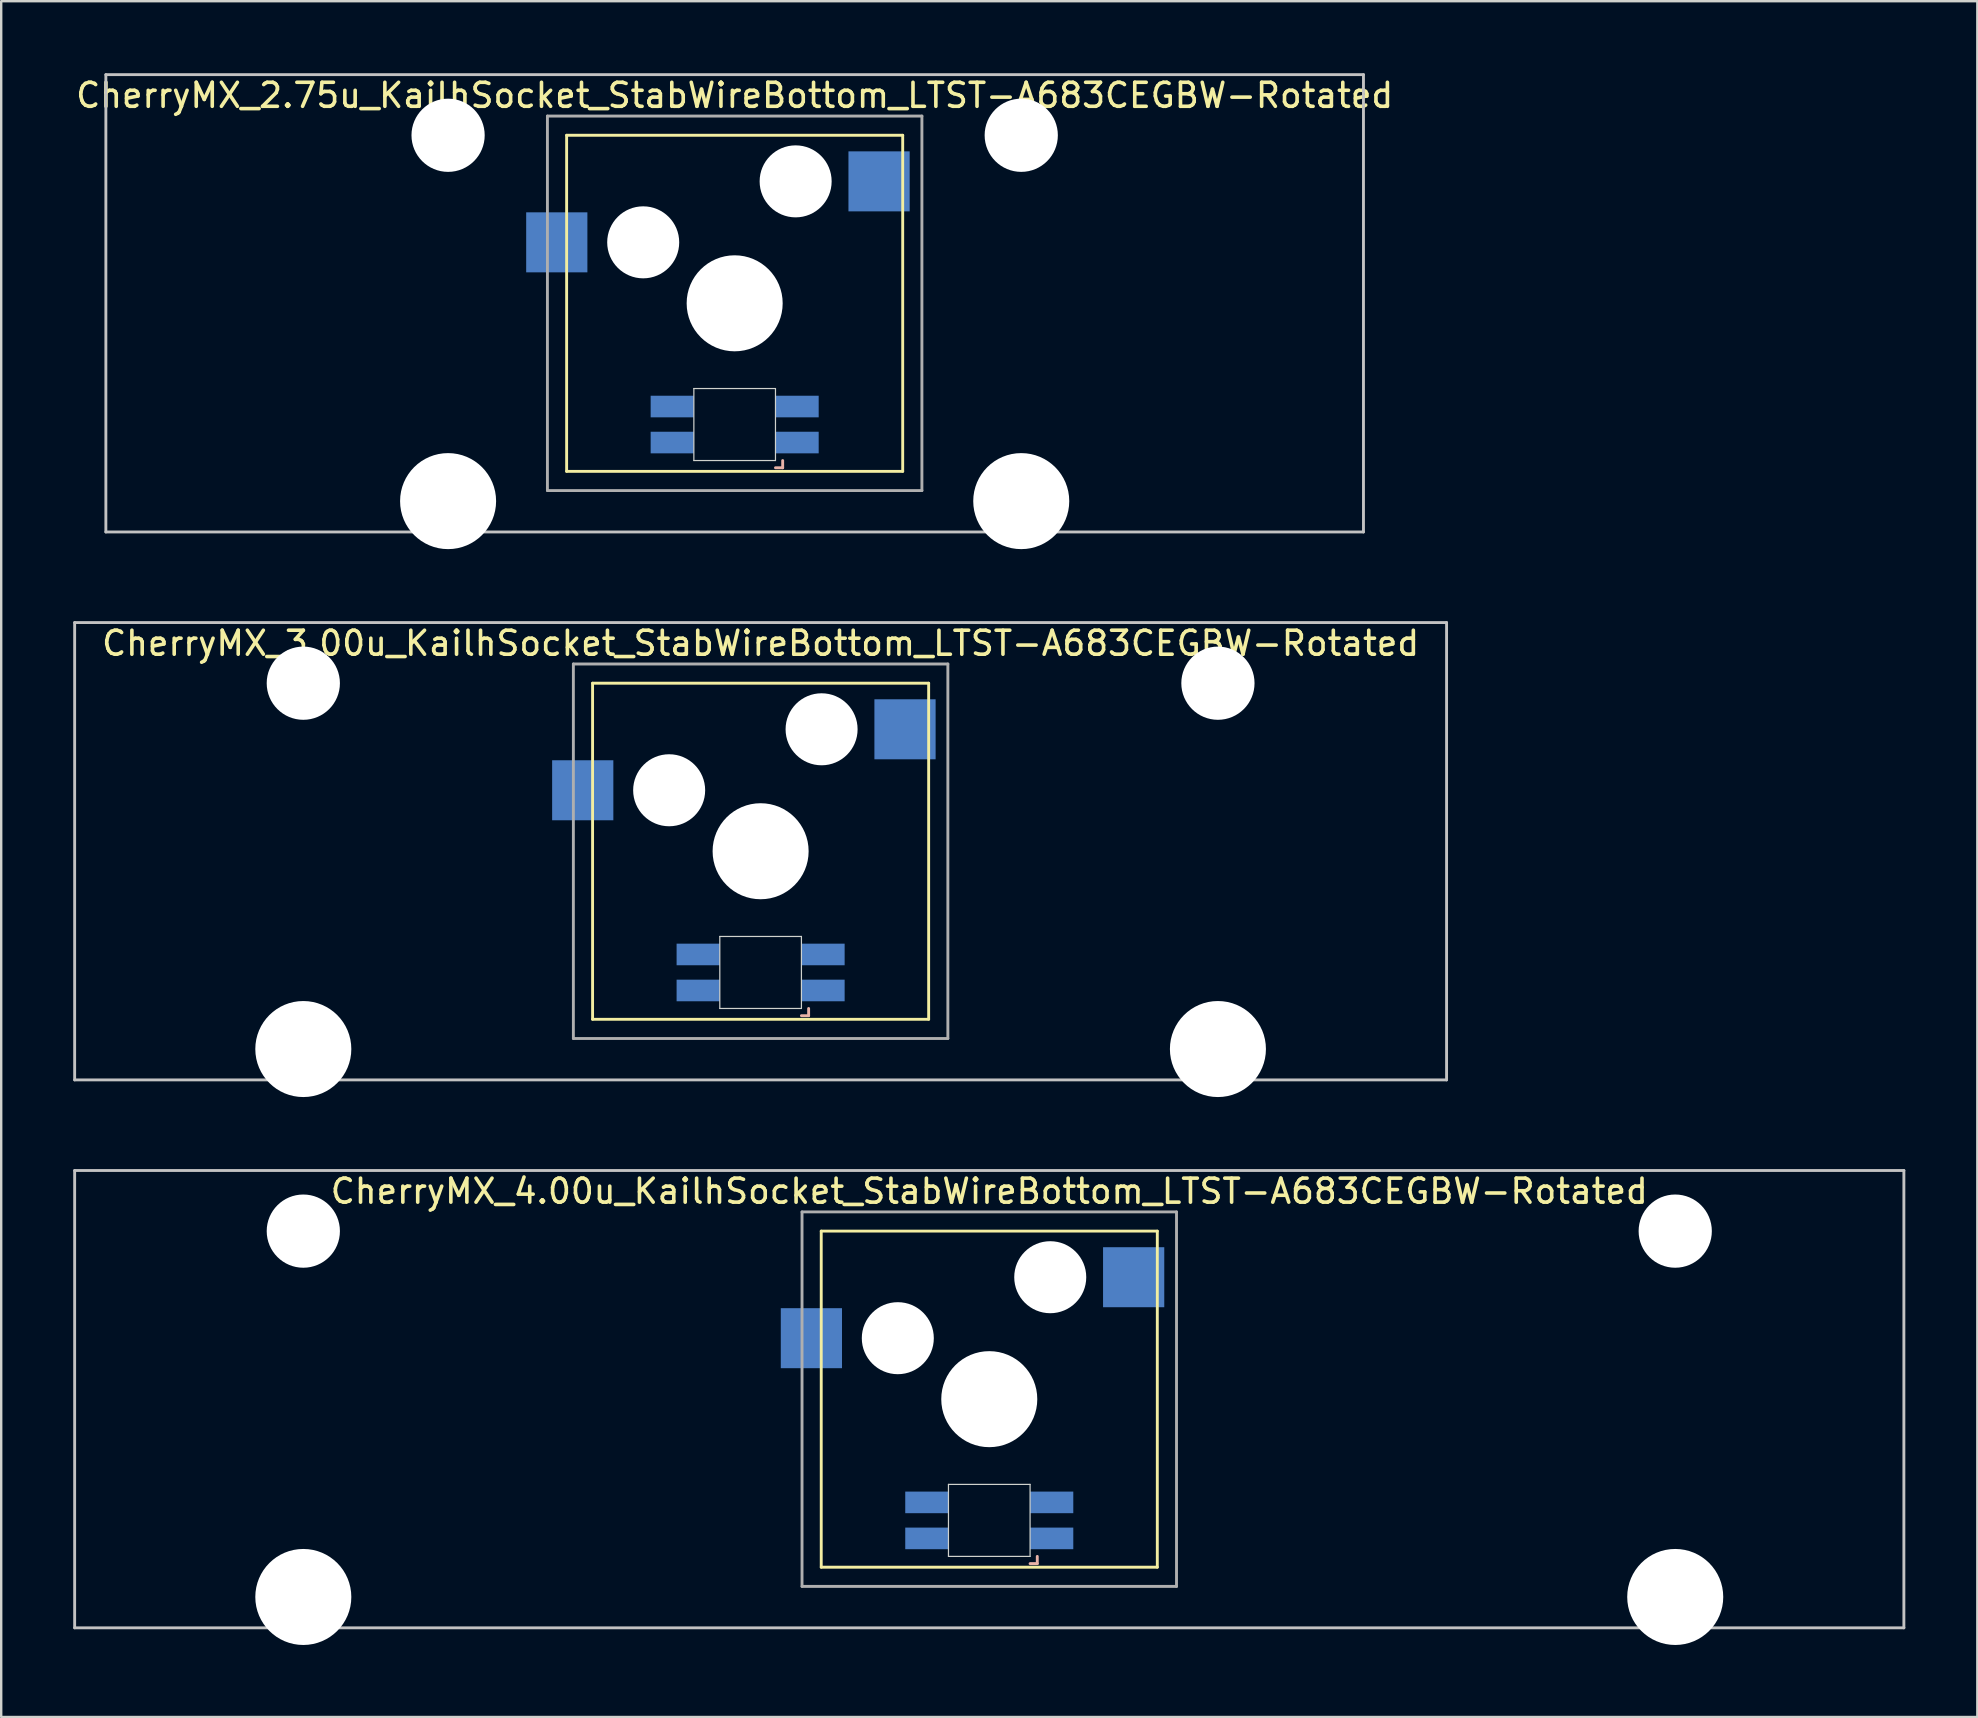
<source format=kicad_pcb>
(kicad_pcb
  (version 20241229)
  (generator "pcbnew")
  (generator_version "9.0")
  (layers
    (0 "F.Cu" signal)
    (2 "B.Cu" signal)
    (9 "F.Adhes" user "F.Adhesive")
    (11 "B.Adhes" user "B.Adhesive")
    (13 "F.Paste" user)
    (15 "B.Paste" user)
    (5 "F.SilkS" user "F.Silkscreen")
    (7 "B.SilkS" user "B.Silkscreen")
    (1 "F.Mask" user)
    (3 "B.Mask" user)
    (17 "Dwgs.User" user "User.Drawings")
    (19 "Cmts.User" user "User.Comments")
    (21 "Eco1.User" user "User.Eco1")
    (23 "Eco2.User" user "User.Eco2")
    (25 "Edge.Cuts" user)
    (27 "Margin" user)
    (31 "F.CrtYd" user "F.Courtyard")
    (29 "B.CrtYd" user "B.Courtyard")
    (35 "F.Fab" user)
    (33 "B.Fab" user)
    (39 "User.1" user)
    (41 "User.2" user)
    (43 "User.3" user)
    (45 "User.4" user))
  (footprint "CherryMX_2.75u_KailhSocket_StabWireBottom_LTST-A683CEGBW-Rotated"
    (layer "F.Cu")
    (at 27.554 9.585)
    (property "Reference" "CherryMX_2.75u_KailhSocket_StabWireBottom_LTST-A683CEGBW-Rotated" (at 0 -8.662 0) (layer "F.SilkS") (effects (font (size 1 1) (thickness 0.15))))
    (attr through_hole)
    (fp_line (start -7 -7) (end -7 7) (stroke (width 0.12) (type solid)) (layer "F.SilkS"))
    (fp_line (start -7 -7) (end 7 -7) (stroke (width 0.12) (type solid)) (layer "F.SilkS"))
    (fp_line (start 7 -7) (end 7 7) (stroke (width 0.12) (type solid)) (layer "F.SilkS"))
    (fp_line (start 7 7) (end -7 7) (stroke (width 0.12) (type solid)) (layer "F.SilkS"))
    (fp_line (start 1.7 6.85) (end 2 6.85) (stroke (width 0.12) (type solid)) (layer "B.SilkS"))
    (fp_line (start 2 6.85) (end 2 6.55) (stroke (width 0.12) (type solid)) (layer "B.SilkS"))
    (fp_line (start -26.194 -9.525) (end 26.194 -9.525) (stroke (width 0.12) (type solid)) (layer "Dwgs.User"))
    (fp_line (start -26.194 9.525) (end -26.194 -9.525) (stroke (width 0.12) (type solid)) (layer "Dwgs.User"))
    (fp_line (start 26.194 -9.525) (end 26.194 9.525) (stroke (width 0.12) (type solid)) (layer "Dwgs.User"))
    (fp_line (start 26.194 9.525) (end -26.194 9.525) (stroke (width 0.12) (type solid)) (layer "Dwgs.User"))
    (fp_line (start -1.7 3.55) (end 1.7 3.55) (stroke (width 0.05) (type solid)) (layer "Edge.Cuts"))
    (fp_line (start -1.7 6.55) (end -1.7 3.55) (stroke (width 0.05) (type solid)) (layer "Edge.Cuts"))
    (fp_line (start 1.7 3.55) (end 1.7 6.55) (stroke (width 0.05) (type solid)) (layer "Edge.Cuts"))
    (fp_line (start 1.7 6.55) (end -1.7 6.55) (stroke (width 0.05) (type solid)) (layer "Edge.Cuts"))
    (fp_line (start -7.8 -7.8) (end -7.8 7.8) (stroke (width 0.12) (type solid)) (layer "F.Fab"))
    (fp_line (start -7.8 -7.8) (end 7.8 -7.8) (stroke (width 0.12) (type solid)) (layer "F.Fab"))
    (fp_line (start -7.8 7.8) (end 7.8 7.8) (stroke (width 0.12) (type solid)) (layer "F.Fab"))
    (fp_line (start 7.8 -7.8) (end 7.8 7.8) (stroke (width 0.12) (type solid)) (layer "F.Fab"))
    (pad "" np_thru_hole circle (at -11.938 -7) (size 3.05 3.05) (drill 3.05) (layers "*.Cu" "*.Mask"))
    (pad "" np_thru_hole circle (at -11.938 8.24) (size 4 4) (drill 4) (layers "*.Cu" "*.Mask"))
    (pad "" np_thru_hole circle (at -3.81 -2.54) (size 3 3) (drill 3) (layers "*.Cu" "*.Mask"))
    (pad "" np_thru_hole circle (at 0 0) (size 4 4) (drill 4) (layers "*.Cu" "*.Mask"))
    (pad "" np_thru_hole circle (at 2.54 -5.08) (size 3 3) (drill 3) (layers "*.Cu" "*.Mask"))
    (pad "" np_thru_hole circle (at 11.938 -7) (size 3.05 3.05) (drill 3.05) (layers "*.Cu" "*.Mask"))
    (pad "" np_thru_hole circle (at 11.938 8.24) (size 4 4) (drill 4) (layers "*.Cu" "*.Mask"))
    (pad "1" smd rect (at -7.41 -2.54) (size 2.55 2.5) (layers "B.Cu" "B.Mask" "B.Paste"))
    (pad "2" smd rect (at 6.015 -5.08) (size 2.55 2.5) (layers "B.Cu" "B.Mask" "B.Paste"))
    (pad "3" smd rect (at 2.6 5.8) (size 1.8 0.9) (layers "B.Cu" "B.Mask" "B.Paste"))
    (pad "4" smd rect (at 2.6 4.3) (size 1.8 0.9) (layers "B.Cu" "B.Mask" "B.Paste"))
    (pad "5" smd rect (at -2.6 5.8) (size 1.8 0.9) (layers "B.Cu" "B.Mask" "B.Paste"))
    (pad "6" smd rect (at -2.6 4.3) (size 1.8 0.9) (layers "B.Cu" "B.Mask" "B.Paste")))
  (footprint "CherryMX_3.00u_KailhSocket_StabWireBottom_LTST-A683CEGBW-Rotated"
    (layer "F.Cu")
    (at 28.635 32.41)
    (property "Reference" "CherryMX_3.00u_KailhSocket_StabWireBottom_LTST-A683CEGBW-Rotated" (at 0 -8.662 0) (layer "F.SilkS") (effects (font (size 1 1) (thickness 0.15))))
    (attr through_hole)
    (fp_line (start -7 -7) (end -7 7) (stroke (width 0.12) (type solid)) (layer "F.SilkS"))
    (fp_line (start -7 -7) (end 7 -7) (stroke (width 0.12) (type solid)) (layer "F.SilkS"))
    (fp_line (start 7 -7) (end 7 7) (stroke (width 0.12) (type solid)) (layer "F.SilkS"))
    (fp_line (start 7 7) (end -7 7) (stroke (width 0.12) (type solid)) (layer "F.SilkS"))
    (fp_line (start 1.7 6.85) (end 2 6.85) (stroke (width 0.12) (type solid)) (layer "B.SilkS"))
    (fp_line (start 2 6.85) (end 2 6.55) (stroke (width 0.12) (type solid)) (layer "B.SilkS"))
    (fp_line (start -28.575 -9.525) (end 28.575 -9.525) (stroke (width 0.12) (type solid)) (layer "Dwgs.User"))
    (fp_line (start -28.575 9.525) (end -28.575 -9.525) (stroke (width 0.12) (type solid)) (layer "Dwgs.User"))
    (fp_line (start 28.575 -9.525) (end 28.575 9.525) (stroke (width 0.12) (type solid)) (layer "Dwgs.User"))
    (fp_line (start 28.575 9.525) (end -28.575 9.525) (stroke (width 0.12) (type solid)) (layer "Dwgs.User"))
    (fp_line (start -1.7 3.55) (end 1.7 3.55) (stroke (width 0.05) (type solid)) (layer "Edge.Cuts"))
    (fp_line (start -1.7 6.55) (end -1.7 3.55) (stroke (width 0.05) (type solid)) (layer "Edge.Cuts"))
    (fp_line (start 1.7 3.55) (end 1.7 6.55) (stroke (width 0.05) (type solid)) (layer "Edge.Cuts"))
    (fp_line (start 1.7 6.55) (end -1.7 6.55) (stroke (width 0.05) (type solid)) (layer "Edge.Cuts"))
    (fp_line (start -7.8 -7.8) (end -7.8 7.8) (stroke (width 0.12) (type solid)) (layer "F.Fab"))
    (fp_line (start -7.8 -7.8) (end 7.8 -7.8) (stroke (width 0.12) (type solid)) (layer "F.Fab"))
    (fp_line (start -7.8 7.8) (end 7.8 7.8) (stroke (width 0.12) (type solid)) (layer "F.Fab"))
    (fp_line (start 7.8 -7.8) (end 7.8 7.8) (stroke (width 0.12) (type solid)) (layer "F.Fab"))
    (pad "" np_thru_hole circle (at -19.05 -7) (size 3.05 3.05) (drill 3.05) (layers "*.Cu" "*.Mask"))
    (pad "" np_thru_hole circle (at -19.05 8.24) (size 4 4) (drill 4) (layers "*.Cu" "*.Mask"))
    (pad "" np_thru_hole circle (at -3.81 -2.54) (size 3 3) (drill 3) (layers "*.Cu" "*.Mask"))
    (pad "" np_thru_hole circle (at 0 0) (size 4 4) (drill 4) (layers "*.Cu" "*.Mask"))
    (pad "" np_thru_hole circle (at 2.54 -5.08) (size 3 3) (drill 3) (layers "*.Cu" "*.Mask"))
    (pad "" np_thru_hole circle (at 19.05 -7) (size 3.05 3.05) (drill 3.05) (layers "*.Cu" "*.Mask"))
    (pad "" np_thru_hole circle (at 19.05 8.24) (size 4 4) (drill 4) (layers "*.Cu" "*.Mask"))
    (pad "1" smd rect (at -7.41 -2.54) (size 2.55 2.5) (layers "B.Cu" "B.Mask" "B.Paste"))
    (pad "2" smd rect (at 6.015 -5.08) (size 2.55 2.5) (layers "B.Cu" "B.Mask" "B.Paste"))
    (pad "3" smd rect (at 2.6 5.8) (size 1.8 0.9) (layers "B.Cu" "B.Mask" "B.Paste"))
    (pad "4" smd rect (at 2.6 4.3) (size 1.8 0.9) (layers "B.Cu" "B.Mask" "B.Paste"))
    (pad "5" smd rect (at -2.6 5.8) (size 1.8 0.9) (layers "B.Cu" "B.Mask" "B.Paste"))
    (pad "6" smd rect (at -2.6 4.3) (size 1.8 0.9) (layers "B.Cu" "B.Mask" "B.Paste")))
  (footprint "CherryMX_4.00u_KailhSocket_StabWireBottom_LTST-A683CEGBW-Rotated"
    (layer "F.Cu")
    (at 38.16 55.235)
    (property "Reference" "CherryMX_4.00u_KailhSocket_StabWireBottom_LTST-A683CEGBW-Rotated" (at 0 -8.662 0) (layer "F.SilkS") (effects (font (size 1 1) (thickness 0.15))))
    (attr through_hole)
    (fp_line (start -7 -7) (end -7 7) (stroke (width 0.12) (type solid)) (layer "F.SilkS"))
    (fp_line (start -7 -7) (end 7 -7) (stroke (width 0.12) (type solid)) (layer "F.SilkS"))
    (fp_line (start 7 -7) (end 7 7) (stroke (width 0.12) (type solid)) (layer "F.SilkS"))
    (fp_line (start 7 7) (end -7 7) (stroke (width 0.12) (type solid)) (layer "F.SilkS"))
    (fp_line (start 1.7 6.85) (end 2 6.85) (stroke (width 0.12) (type solid)) (layer "B.SilkS"))
    (fp_line (start 2 6.85) (end 2 6.55) (stroke (width 0.12) (type solid)) (layer "B.SilkS"))
    (fp_line (start -38.1 -9.525) (end 38.1 -9.525) (stroke (width 0.12) (type solid)) (layer "Dwgs.User"))
    (fp_line (start -38.1 9.525) (end -38.1 -9.525) (stroke (width 0.12) (type solid)) (layer "Dwgs.User"))
    (fp_line (start 38.1 -9.525) (end 38.1 9.525) (stroke (width 0.12) (type solid)) (layer "Dwgs.User"))
    (fp_line (start 38.1 9.525) (end -38.1 9.525) (stroke (width 0.12) (type solid)) (layer "Dwgs.User"))
    (fp_line (start -1.7 3.55) (end 1.7 3.55) (stroke (width 0.05) (type solid)) (layer "Edge.Cuts"))
    (fp_line (start -1.7 6.55) (end -1.7 3.55) (stroke (width 0.05) (type solid)) (layer "Edge.Cuts"))
    (fp_line (start 1.7 3.55) (end 1.7 6.55) (stroke (width 0.05) (type solid)) (layer "Edge.Cuts"))
    (fp_line (start 1.7 6.55) (end -1.7 6.55) (stroke (width 0.05) (type solid)) (layer "Edge.Cuts"))
    (fp_line (start -7.8 -7.8) (end -7.8 7.8) (stroke (width 0.12) (type solid)) (layer "F.Fab"))
    (fp_line (start -7.8 -7.8) (end 7.8 -7.8) (stroke (width 0.12) (type solid)) (layer "F.Fab"))
    (fp_line (start -7.8 7.8) (end 7.8 7.8) (stroke (width 0.12) (type solid)) (layer "F.Fab"))
    (fp_line (start 7.8 -7.8) (end 7.8 7.8) (stroke (width 0.12) (type solid)) (layer "F.Fab"))
    (pad "" np_thru_hole circle (at -28.575 -7) (size 3.05 3.05) (drill 3.05) (layers "*.Cu" "*.Mask"))
    (pad "" np_thru_hole circle (at -28.575 8.24) (size 4 4) (drill 4) (layers "*.Cu" "*.Mask"))
    (pad "" np_thru_hole circle (at -3.81 -2.54) (size 3 3) (drill 3) (layers "*.Cu" "*.Mask"))
    (pad "" np_thru_hole circle (at 0 0) (size 4 4) (drill 4) (layers "*.Cu" "*.Mask"))
    (pad "" np_thru_hole circle (at 2.54 -5.08) (size 3 3) (drill 3) (layers "*.Cu" "*.Mask"))
    (pad "" np_thru_hole circle (at 28.575 -7) (size 3.05 3.05) (drill 3.05) (layers "*.Cu" "*.Mask"))
    (pad "" np_thru_hole circle (at 28.575 8.24) (size 4 4) (drill 4) (layers "*.Cu" "*.Mask"))
    (pad "1" smd rect (at -7.41 -2.54) (size 2.55 2.5) (layers "B.Cu" "B.Mask" "B.Paste"))
    (pad "2" smd rect (at 6.015 -5.08) (size 2.55 2.5) (layers "B.Cu" "B.Mask" "B.Paste"))
    (pad "3" smd rect (at 2.6 5.8) (size 1.8 0.9) (layers "B.Cu" "B.Mask" "B.Paste"))
    (pad "4" smd rect (at 2.6 4.3) (size 1.8 0.9) (layers "B.Cu" "B.Mask" "B.Paste"))
    (pad "5" smd rect (at -2.6 5.8) (size 1.8 0.9) (layers "B.Cu" "B.Mask" "B.Paste"))
    (pad "6" smd rect (at -2.6 4.3) (size 1.8 0.9) (layers "B.Cu" "B.Mask" "B.Paste")))
  (gr_rect
    (start -3 -3)
    (end 79.32 68.475)
    (stroke (width 0.1) (type default))
    (fill no)
    (layer "Edge.Cuts")))
</source>
